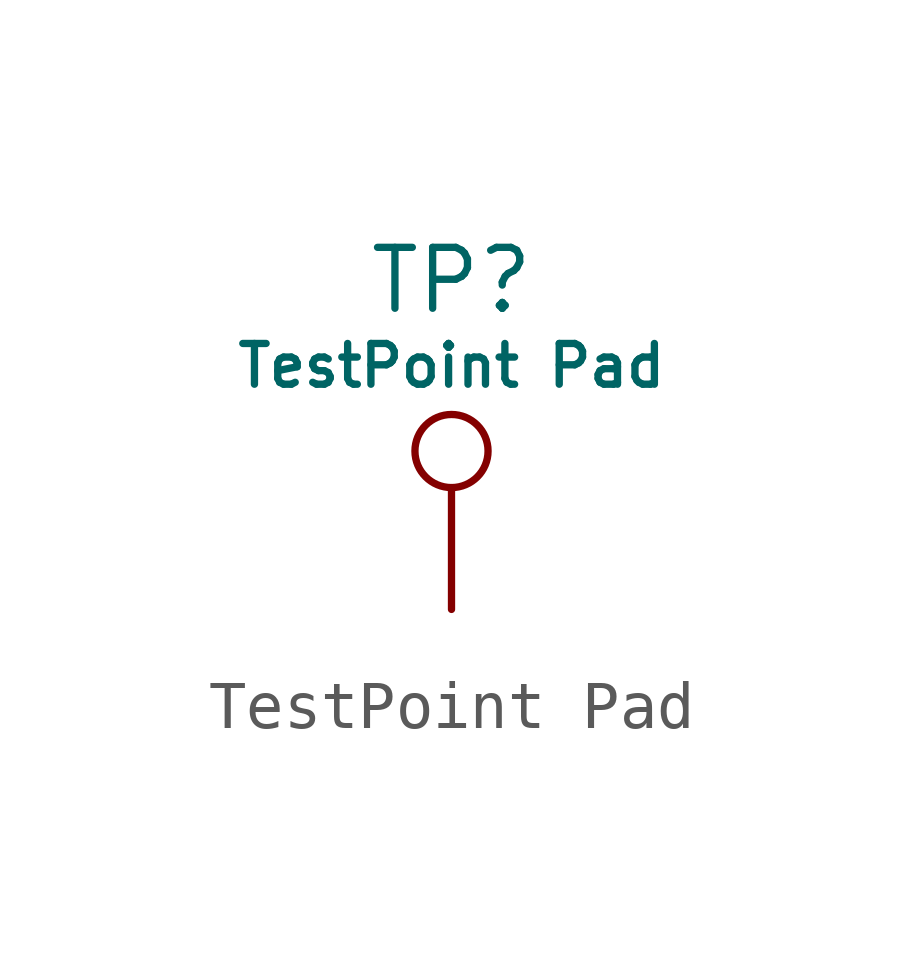
<source format=kicad_sym>
(kicad_symbol_lib
  (version 20211014)
  (generator kicad_symbol_editor)
  (symbol "TestPoint Pad"
    (pin_numbers hide)
    (pin_names
      (offset 0.762) hide)
    (property "Reference" "TP"
      (at 0 6.858 0)
      (effects (font (size 1.27 1.27))))
    (property "Value" "TestPoint Pad"
      (at 0 5.08 0)
      (effects (font (size 0.85 0.85))))
    (symbol "TestPoint Pad_0_1"
      (circle (center 0 3.302) (radius 0.762) (stroke (width 0) (type default) (color 0 0 0 0)) (fill (type none))))
    (symbol "TestPoint Pad_1_1"
      (pin passive line (at 0 0 90) (length 2.54) (name "1" (effects (font (size 1.27 1.27)))) (number "1" (effects (font (size 1.27 1.27))))))))
</source>
